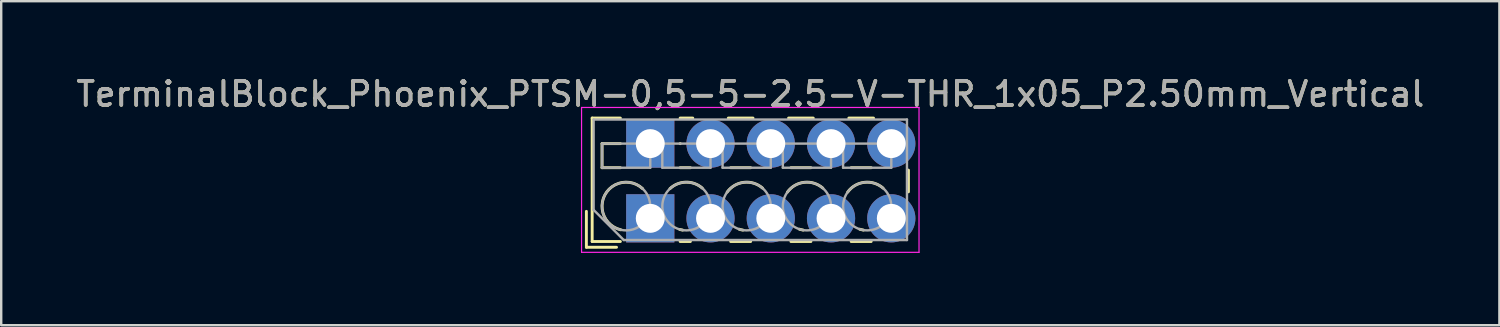
<source format=kicad_pcb>
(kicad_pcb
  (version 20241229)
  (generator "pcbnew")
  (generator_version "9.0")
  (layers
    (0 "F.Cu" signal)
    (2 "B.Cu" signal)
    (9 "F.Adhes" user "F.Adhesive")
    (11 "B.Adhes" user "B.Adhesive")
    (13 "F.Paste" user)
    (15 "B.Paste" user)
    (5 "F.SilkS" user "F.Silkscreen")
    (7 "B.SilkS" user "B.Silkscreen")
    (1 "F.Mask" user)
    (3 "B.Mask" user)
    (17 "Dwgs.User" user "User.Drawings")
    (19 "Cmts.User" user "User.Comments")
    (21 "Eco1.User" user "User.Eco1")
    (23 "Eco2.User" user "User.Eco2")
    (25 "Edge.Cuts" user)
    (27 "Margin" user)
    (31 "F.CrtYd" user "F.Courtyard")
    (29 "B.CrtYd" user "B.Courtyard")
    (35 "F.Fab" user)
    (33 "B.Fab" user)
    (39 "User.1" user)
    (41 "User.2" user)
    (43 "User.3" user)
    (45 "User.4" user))
  (footprint "TerminalBlock_Phoenix_PTSM-0,5-5-2.5-V-THR_1x05_P2.50mm_Vertical"
    (layer "F.Cu")
    (at 23.927 6.008)
    (property "Reference" "TerminalBlock_Phoenix_PTSM-0,5-5-2.5-V-THR_1x05_P2.50mm_Vertical" (at 4.15 -5.16 0) (layer "F.SilkS") (effects (font (size 1 1) (thickness 0.15))))
    (attr through_hole)
    (fp_line (start -2.65 -0.29) (end -2.65 1.2) (stroke (width 0.12) (type solid)) (layer "F.SilkS"))
    (fp_line (start -2.65 1.2) (end -1.4 1.2) (stroke (width 0.12) (type solid)) (layer "F.SilkS"))
    (fp_line (start -2.41 -4.16) (end -2.41 0.961) (stroke (width 0.12) (type solid)) (layer "F.SilkS"))
    (fp_line (start -2.41 -4.16) (end -1.24 -4.16) (stroke (width 0.12) (type solid)) (layer "F.SilkS"))
    (fp_line (start -2.41 0.961) (end -1.24 0.961) (stroke (width 0.12) (type solid)) (layer "F.SilkS"))
    (fp_line (start -2 -3.1) (end -2 -2.1) (stroke (width 0.12) (type solid)) (layer "F.SilkS"))
    (fp_line (start -2 -3.1) (end -1.24 -3.1) (stroke (width 0.12) (type solid)) (layer "F.SilkS"))
    (fp_line (start -2 -2.1) (end -1.24 -2.1) (stroke (width 0.12) (type solid)) (layer "F.SilkS"))
    (fp_line (start 1.24 -4.16) (end 1.763 -4.16) (stroke (width 0.12) (type solid)) (layer "F.SilkS"))
    (fp_line (start 1.24 -3.1) (end 1.245 -3.1) (stroke (width 0.12) (type solid)) (layer "F.SilkS"))
    (fp_line (start 1.24 -2.1) (end 1.665 -2.1) (stroke (width 0.12) (type solid)) (layer "F.SilkS"))
    (fp_line (start 1.24 0.961) (end 1.665 0.961) (stroke (width 0.12) (type solid)) (layer "F.SilkS"))
    (fp_line (start 3.238 -4.16) (end 4.263 -4.16) (stroke (width 0.12) (type solid)) (layer "F.SilkS"))
    (fp_line (start 3.336 -2.1) (end 4.165 -2.1) (stroke (width 0.12) (type solid)) (layer "F.SilkS"))
    (fp_line (start 3.336 0.961) (end 4.165 0.961) (stroke (width 0.12) (type solid)) (layer "F.SilkS"))
    (fp_line (start 5.738 -4.16) (end 6.763 -4.16) (stroke (width 0.12) (type solid)) (layer "F.SilkS"))
    (fp_line (start 5.836 -2.1) (end 6.665 -2.1) (stroke (width 0.12) (type solid)) (layer "F.SilkS"))
    (fp_line (start 5.836 0.961) (end 6.665 0.961) (stroke (width 0.12) (type solid)) (layer "F.SilkS"))
    (fp_line (start 8.238 -4.16) (end 9.263 -4.16) (stroke (width 0.12) (type solid)) (layer "F.SilkS"))
    (fp_line (start 8.336 -2.1) (end 9.165 -2.1) (stroke (width 0.12) (type solid)) (layer "F.SilkS"))
    (fp_line (start 8.336 0.961) (end 9.165 0.961) (stroke (width 0.12) (type solid)) (layer "F.SilkS"))
    (fp_line (start 10.71 -2) (end 10.71 -1.1) (stroke (width 0.12) (type solid)) (layer "F.SilkS"))
    (fp_arc (start -1.224629 0.474931) (mid -1.883573 -0.969306) (end -0.318 -1.232) (stroke (width 0.12) (type solid)) (layer "F.SilkS"))
    (fp_arc (start 0.817811 -1.23232) (mid 1.483053 -1.500693) (end 2.157 -1.255) (stroke (width 0.12) (type solid)) (layer "F.SilkS"))
    (fp_arc (start 1.344288 0.488343) (mid 1.284242 0.476994) (end 1.225 0.462) (stroke (width 0.12) (type solid)) (layer "F.SilkS"))
    (fp_arc (start 3.190612 -1.088697) (mid 3.887218 -1.494461) (end 4.657 -1.255) (stroke (width 0.12) (type solid)) (layer "F.SilkS"))
    (fp_arc (start 3.84373 0.488618) (mid 3.766646 0.47331) (end 3.691 0.452) (stroke (width 0.12) (type solid)) (layer "F.SilkS"))
    (fp_arc (start 5.690612 -1.088697) (mid 6.387218 -1.494461) (end 7.157 -1.255) (stroke (width 0.12) (type solid)) (layer "F.SilkS"))
    (fp_arc (start 6.34373 0.488618) (mid 6.266646 0.47331) (end 6.191 0.452) (stroke (width 0.12) (type solid)) (layer "F.SilkS"))
    (fp_arc (start 8.190612 -1.088697) (mid 8.887218 -1.494461) (end 9.657 -1.255) (stroke (width 0.12) (type solid)) (layer "F.SilkS"))
    (fp_arc (start 8.84373 0.488618) (mid 8.766646 0.47331) (end 8.691 0.452) (stroke (width 0.12) (type solid)) (layer "F.SilkS"))
    (fp_line (start -2.85 -4.6) (end -2.85 1.41) (stroke (width 0.05) (type solid)) (layer "F.CrtYd"))
    (fp_line (start -2.85 1.41) (end 11.15 1.41) (stroke (width 0.05) (type solid)) (layer "F.CrtYd"))
    (fp_line (start 11.15 -4.6) (end -2.85 -4.6) (stroke (width 0.05) (type solid)) (layer "F.CrtYd"))
    (fp_line (start 11.15 1.41) (end 11.15 -4.6) (stroke (width 0.05) (type solid)) (layer "F.CrtYd"))
    (fp_line (start -2.35 -4.1) (end 10.65 -4.1) (stroke (width 0.1) (type solid)) (layer "F.Fab"))
    (fp_line (start -2.35 -0.35) (end -2.35 -4.1) (stroke (width 0.1) (type solid)) (layer "F.Fab"))
    (fp_line (start -2 -3.1) (end -2 -2.1) (stroke (width 0.1) (type solid)) (layer "F.Fab"))
    (fp_line (start -2 -2.1) (end 0 -2.1) (stroke (width 0.1) (type solid)) (layer "F.Fab"))
    (fp_line (start -1.1 0.9) (end -2.35 -0.35) (stroke (width 0.1) (type solid)) (layer "F.Fab"))
    (fp_line (start 0 -3.1) (end -2 -3.1) (stroke (width 0.1) (type solid)) (layer "F.Fab"))
    (fp_line (start 0 -2.1) (end 0 -3.1) (stroke (width 0.1) (type solid)) (layer "F.Fab"))
    (fp_line (start 0.5 -3.1) (end 0.5 -2.1) (stroke (width 0.1) (type solid)) (layer "F.Fab"))
    (fp_line (start 0.5 -2.1) (end 2.5 -2.1) (stroke (width 0.1) (type solid)) (layer "F.Fab"))
    (fp_line (start 2.5 -3.1) (end 0.5 -3.1) (stroke (width 0.1) (type solid)) (layer "F.Fab"))
    (fp_line (start 2.5 -2.1) (end 2.5 -3.1) (stroke (width 0.1) (type solid)) (layer "F.Fab"))
    (fp_line (start 3 -3.1) (end 3 -2.1) (stroke (width 0.1) (type solid)) (layer "F.Fab"))
    (fp_line (start 3 -2.1) (end 5 -2.1) (stroke (width 0.1) (type solid)) (layer "F.Fab"))
    (fp_line (start 5 -3.1) (end 3 -3.1) (stroke (width 0.1) (type solid)) (layer "F.Fab"))
    (fp_line (start 5 -2.1) (end 5 -3.1) (stroke (width 0.1) (type solid)) (layer "F.Fab"))
    (fp_line (start 5.5 -3.1) (end 5.5 -2.1) (stroke (width 0.1) (type solid)) (layer "F.Fab"))
    (fp_line (start 5.5 -2.1) (end 7.5 -2.1) (stroke (width 0.1) (type solid)) (layer "F.Fab"))
    (fp_line (start 7.5 -3.1) (end 5.5 -3.1) (stroke (width 0.1) (type solid)) (layer "F.Fab"))
    (fp_line (start 7.5 -2.1) (end 7.5 -3.1) (stroke (width 0.1) (type solid)) (layer "F.Fab"))
    (fp_line (start 8 -3.1) (end 8 -2.1) (stroke (width 0.1) (type solid)) (layer "F.Fab"))
    (fp_line (start 8 -2.1) (end 10 -2.1) (stroke (width 0.1) (type solid)) (layer "F.Fab"))
    (fp_line (start 10 -3.1) (end 8 -3.1) (stroke (width 0.1) (type solid)) (layer "F.Fab"))
    (fp_line (start 10 -2.1) (end 10 -3.1) (stroke (width 0.1) (type solid)) (layer "F.Fab"))
    (fp_line (start 10.65 -4.1) (end 10.65 0.9) (stroke (width 0.1) (type solid)) (layer "F.Fab"))
    (fp_line (start 10.65 0.9) (end -1.1 0.9) (stroke (width 0.1) (type solid)) (layer "F.Fab"))
    (fp_circle (center -1 -0.5) (end 0 -0.5) (stroke (width 0.1) (type solid)) (fill no) (layer "F.Fab"))
    (fp_circle (center 1.5 -0.5) (end 2.5 -0.5) (stroke (width 0.1) (type solid)) (fill no) (layer "F.Fab"))
    (fp_circle (center 4 -0.5) (end 5 -0.5) (stroke (width 0.1) (type solid)) (fill no) (layer "F.Fab"))
    (fp_circle (center 6.5 -0.5) (end 7.5 -0.5) (stroke (width 0.1) (type solid)) (fill no) (layer "F.Fab"))
    (fp_circle (center 9 -0.5) (end 10 -0.5) (stroke (width 0.1) (type solid)) (fill no) (layer "F.Fab"))
    (fp_text user "${REFERENCE}" (at 4.15 -5.16 0) (layer "F.Fab") (effects (font (size 1 1) (thickness 0.15))))
    (pad "1" thru_hole rect (at 0 -3.1) (size 2 2) (drill 1.2) (layers "*.Cu" "*.Mask"))
    (pad "1" thru_hole rect (at 0 0) (size 2 2) (drill 1.2) (layers "*.Cu" "*.Mask"))
    (pad "2" thru_hole circle (at 2.5 -3.1) (size 2 2) (drill 1.2) (layers "*.Cu" "*.Mask"))
    (pad "2" thru_hole circle (at 2.5 0) (size 2 2) (drill 1.2) (layers "*.Cu" "*.Mask"))
    (pad "3" thru_hole circle (at 5 -3.1) (size 2 2) (drill 1.2) (layers "*.Cu" "*.Mask"))
    (pad "3" thru_hole circle (at 5 0) (size 2 2) (drill 1.2) (layers "*.Cu" "*.Mask"))
    (pad "4" thru_hole circle (at 7.5 -3.1) (size 2 2) (drill 1.2) (layers "*.Cu" "*.Mask"))
    (pad "4" thru_hole circle (at 7.5 0) (size 2 2) (drill 1.2) (layers "*.Cu" "*.Mask"))
    (pad "5" thru_hole circle (at 10 -3.1) (size 2 2) (drill 1.2) (layers "*.Cu" "*.Mask"))
    (pad "5" thru_hole circle (at 10 0) (size 2 2) (drill 1.2) (layers "*.Cu" "*.Mask")))
  (gr_rect
    (start -3 -3)
    (end 59.155 10.443)
    (stroke (width 0.1) (type default))
    (fill no)
    (layer "Edge.Cuts")))
</source>
